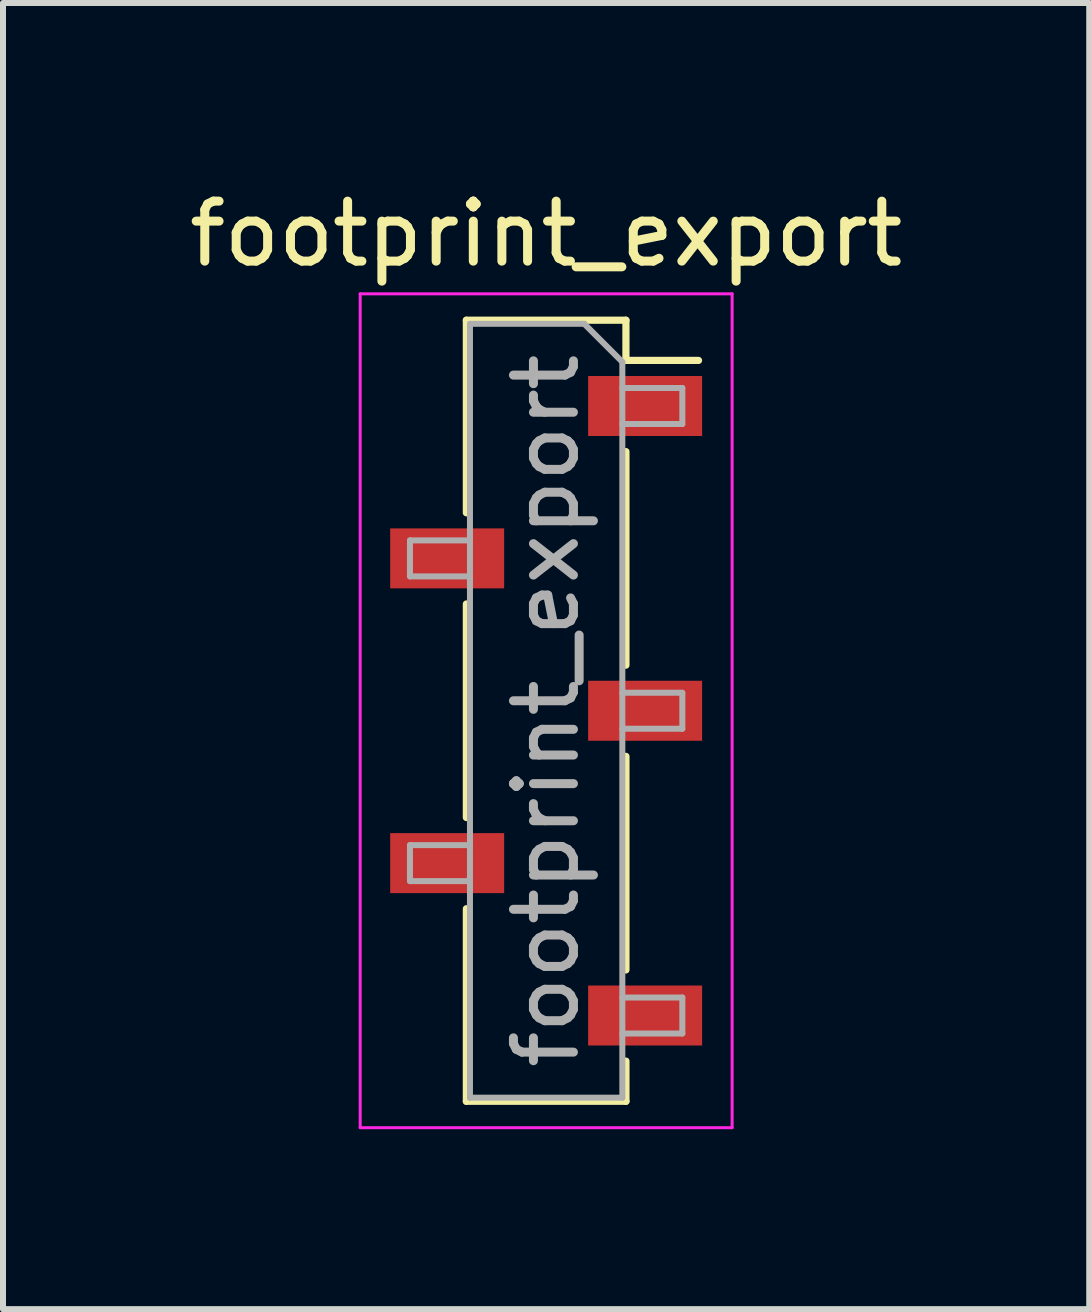
<source format=kicad_pcb>
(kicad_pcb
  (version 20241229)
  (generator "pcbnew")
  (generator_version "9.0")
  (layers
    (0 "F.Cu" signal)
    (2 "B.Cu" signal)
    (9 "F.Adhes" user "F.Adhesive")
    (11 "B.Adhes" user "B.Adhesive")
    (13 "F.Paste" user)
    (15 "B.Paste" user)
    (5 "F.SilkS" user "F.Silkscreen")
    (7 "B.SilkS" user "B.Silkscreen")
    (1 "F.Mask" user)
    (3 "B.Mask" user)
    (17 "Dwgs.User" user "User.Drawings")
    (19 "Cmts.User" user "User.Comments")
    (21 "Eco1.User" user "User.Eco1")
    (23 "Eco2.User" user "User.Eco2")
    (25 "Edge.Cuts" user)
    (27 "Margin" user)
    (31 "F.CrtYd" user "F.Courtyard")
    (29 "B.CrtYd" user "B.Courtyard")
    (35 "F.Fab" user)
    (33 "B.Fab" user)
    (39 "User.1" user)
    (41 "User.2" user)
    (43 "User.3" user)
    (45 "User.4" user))
  (footprint "footprint_export"
    (layer "F.Cu")
    (at 6.054 8.798)
    (property "Reference" "footprint_export" (at 0 -7.95 0) (layer "F.SilkS") (effects (font (size 1 1) (thickness 0.15))))
    (attr smd)
    (fp_line (start -1.33 -6.51) (end -1.33 -3.3) (stroke (width 0.12) (type solid)) (layer "F.SilkS"))
    (fp_line (start -1.33 -6.51) (end 1.33 -6.51) (stroke (width 0.12) (type solid)) (layer "F.SilkS"))
    (fp_line (start -1.33 -1.78) (end -1.33 1.78) (stroke (width 0.12) (type solid)) (layer "F.SilkS"))
    (fp_line (start -1.33 3.3) (end -1.33 6.51) (stroke (width 0.12) (type solid)) (layer "F.SilkS"))
    (fp_line (start -1.33 6.51) (end 1.33 6.51) (stroke (width 0.12) (type solid)) (layer "F.SilkS"))
    (fp_line (start 1.33 -6.51) (end 1.33 -5.84) (stroke (width 0.12) (type solid)) (layer "F.SilkS"))
    (fp_line (start 1.33 -5.84) (end 2.54 -5.84) (stroke (width 0.12) (type solid)) (layer "F.SilkS"))
    (fp_line (start 1.33 -4.32) (end 1.33 -0.76) (stroke (width 0.12) (type solid)) (layer "F.SilkS"))
    (fp_line (start 1.33 0.76) (end 1.33 4.32) (stroke (width 0.12) (type solid)) (layer "F.SilkS"))
    (fp_line (start 1.33 5.84) (end 1.33 6.51) (stroke (width 0.12) (type solid)) (layer "F.SilkS"))
    (fp_line (start -3.1 -6.95) (end 3.1 -6.95) (stroke (width 0.05) (type solid)) (layer "F.CrtYd"))
    (fp_line (start -3.1 6.95) (end -3.1 -6.95) (stroke (width 0.05) (type solid)) (layer "F.CrtYd"))
    (fp_line (start 3.1 -6.95) (end 3.1 6.95) (stroke (width 0.05) (type solid)) (layer "F.CrtYd"))
    (fp_line (start 3.1 6.95) (end -3.1 6.95) (stroke (width 0.05) (type solid)) (layer "F.CrtYd"))
    (fp_line (start -2.27 -2.84) (end -1.27 -2.84) (stroke (width 0.1) (type solid)) (layer "F.Fab"))
    (fp_line (start -2.27 -2.24) (end -2.27 -2.84) (stroke (width 0.1) (type solid)) (layer "F.Fab"))
    (fp_line (start -2.27 2.24) (end -1.27 2.24) (stroke (width 0.1) (type solid)) (layer "F.Fab"))
    (fp_line (start -2.27 2.84) (end -2.27 2.24) (stroke (width 0.1) (type solid)) (layer "F.Fab"))
    (fp_line (start -1.27 -6.45) (end 0.635 -6.45) (stroke (width 0.1) (type solid)) (layer "F.Fab"))
    (fp_line (start -1.27 -2.24) (end -2.27 -2.24) (stroke (width 0.1) (type solid)) (layer "F.Fab"))
    (fp_line (start -1.27 2.84) (end -2.27 2.84) (stroke (width 0.1) (type solid)) (layer "F.Fab"))
    (fp_line (start -1.27 6.45) (end -1.27 -6.45) (stroke (width 0.1) (type solid)) (layer "F.Fab"))
    (fp_line (start 0.635 -6.45) (end 1.27 -5.815) (stroke (width 0.1) (type solid)) (layer "F.Fab"))
    (fp_line (start 1.27 -5.815) (end 1.27 6.45) (stroke (width 0.1) (type solid)) (layer "F.Fab"))
    (fp_line (start 1.27 -5.38) (end 2.27 -5.38) (stroke (width 0.1) (type solid)) (layer "F.Fab"))
    (fp_line (start 1.27 -0.3) (end 2.27 -0.3) (stroke (width 0.1) (type solid)) (layer "F.Fab"))
    (fp_line (start 1.27 4.78) (end 2.27 4.78) (stroke (width 0.1) (type solid)) (layer "F.Fab"))
    (fp_line (start 1.27 6.45) (end -1.27 6.45) (stroke (width 0.1) (type solid)) (layer "F.Fab"))
    (fp_line (start 2.27 -5.38) (end 2.27 -4.78) (stroke (width 0.1) (type solid)) (layer "F.Fab"))
    (fp_line (start 2.27 -4.78) (end 1.27 -4.78) (stroke (width 0.1) (type solid)) (layer "F.Fab"))
    (fp_line (start 2.27 -0.3) (end 2.27 0.3) (stroke (width 0.1) (type solid)) (layer "F.Fab"))
    (fp_line (start 2.27 0.3) (end 1.27 0.3) (stroke (width 0.1) (type solid)) (layer "F.Fab"))
    (fp_line (start 2.27 4.78) (end 2.27 5.38) (stroke (width 0.1) (type solid)) (layer "F.Fab"))
    (fp_line (start 2.27 5.38) (end 1.27 5.38) (stroke (width 0.1) (type solid)) (layer "F.Fab"))
    (fp_text user "${REFERENCE}" (at 0 0 90) (layer "F.Fab") (effects (font (size 1 1) (thickness 0.15))))
    (pad "1" smd rect (at 1.65 -5.08) (size 1.9 1) (layers "F.Cu" "F.Mask" "F.Paste"))
    (pad "2" smd rect (at -1.65 -2.54) (size 1.9 1) (layers "F.Cu" "F.Mask" "F.Paste"))
    (pad "3" smd rect (at 1.65 0) (size 1.9 1) (layers "F.Cu" "F.Mask" "F.Paste"))
    (pad "4" smd rect (at -1.65 2.54) (size 1.9 1) (layers "F.Cu" "F.Mask" "F.Paste"))
    (pad "5" smd rect (at 1.65 5.08) (size 1.9 1) (layers "F.Cu" "F.Mask" "F.Paste")))
  (gr_rect
    (start -3 -3)
    (end 15.107 18.773)
    (stroke (width 0.1) (type default))
    (fill no)
    (layer "Edge.Cuts")))
</source>
